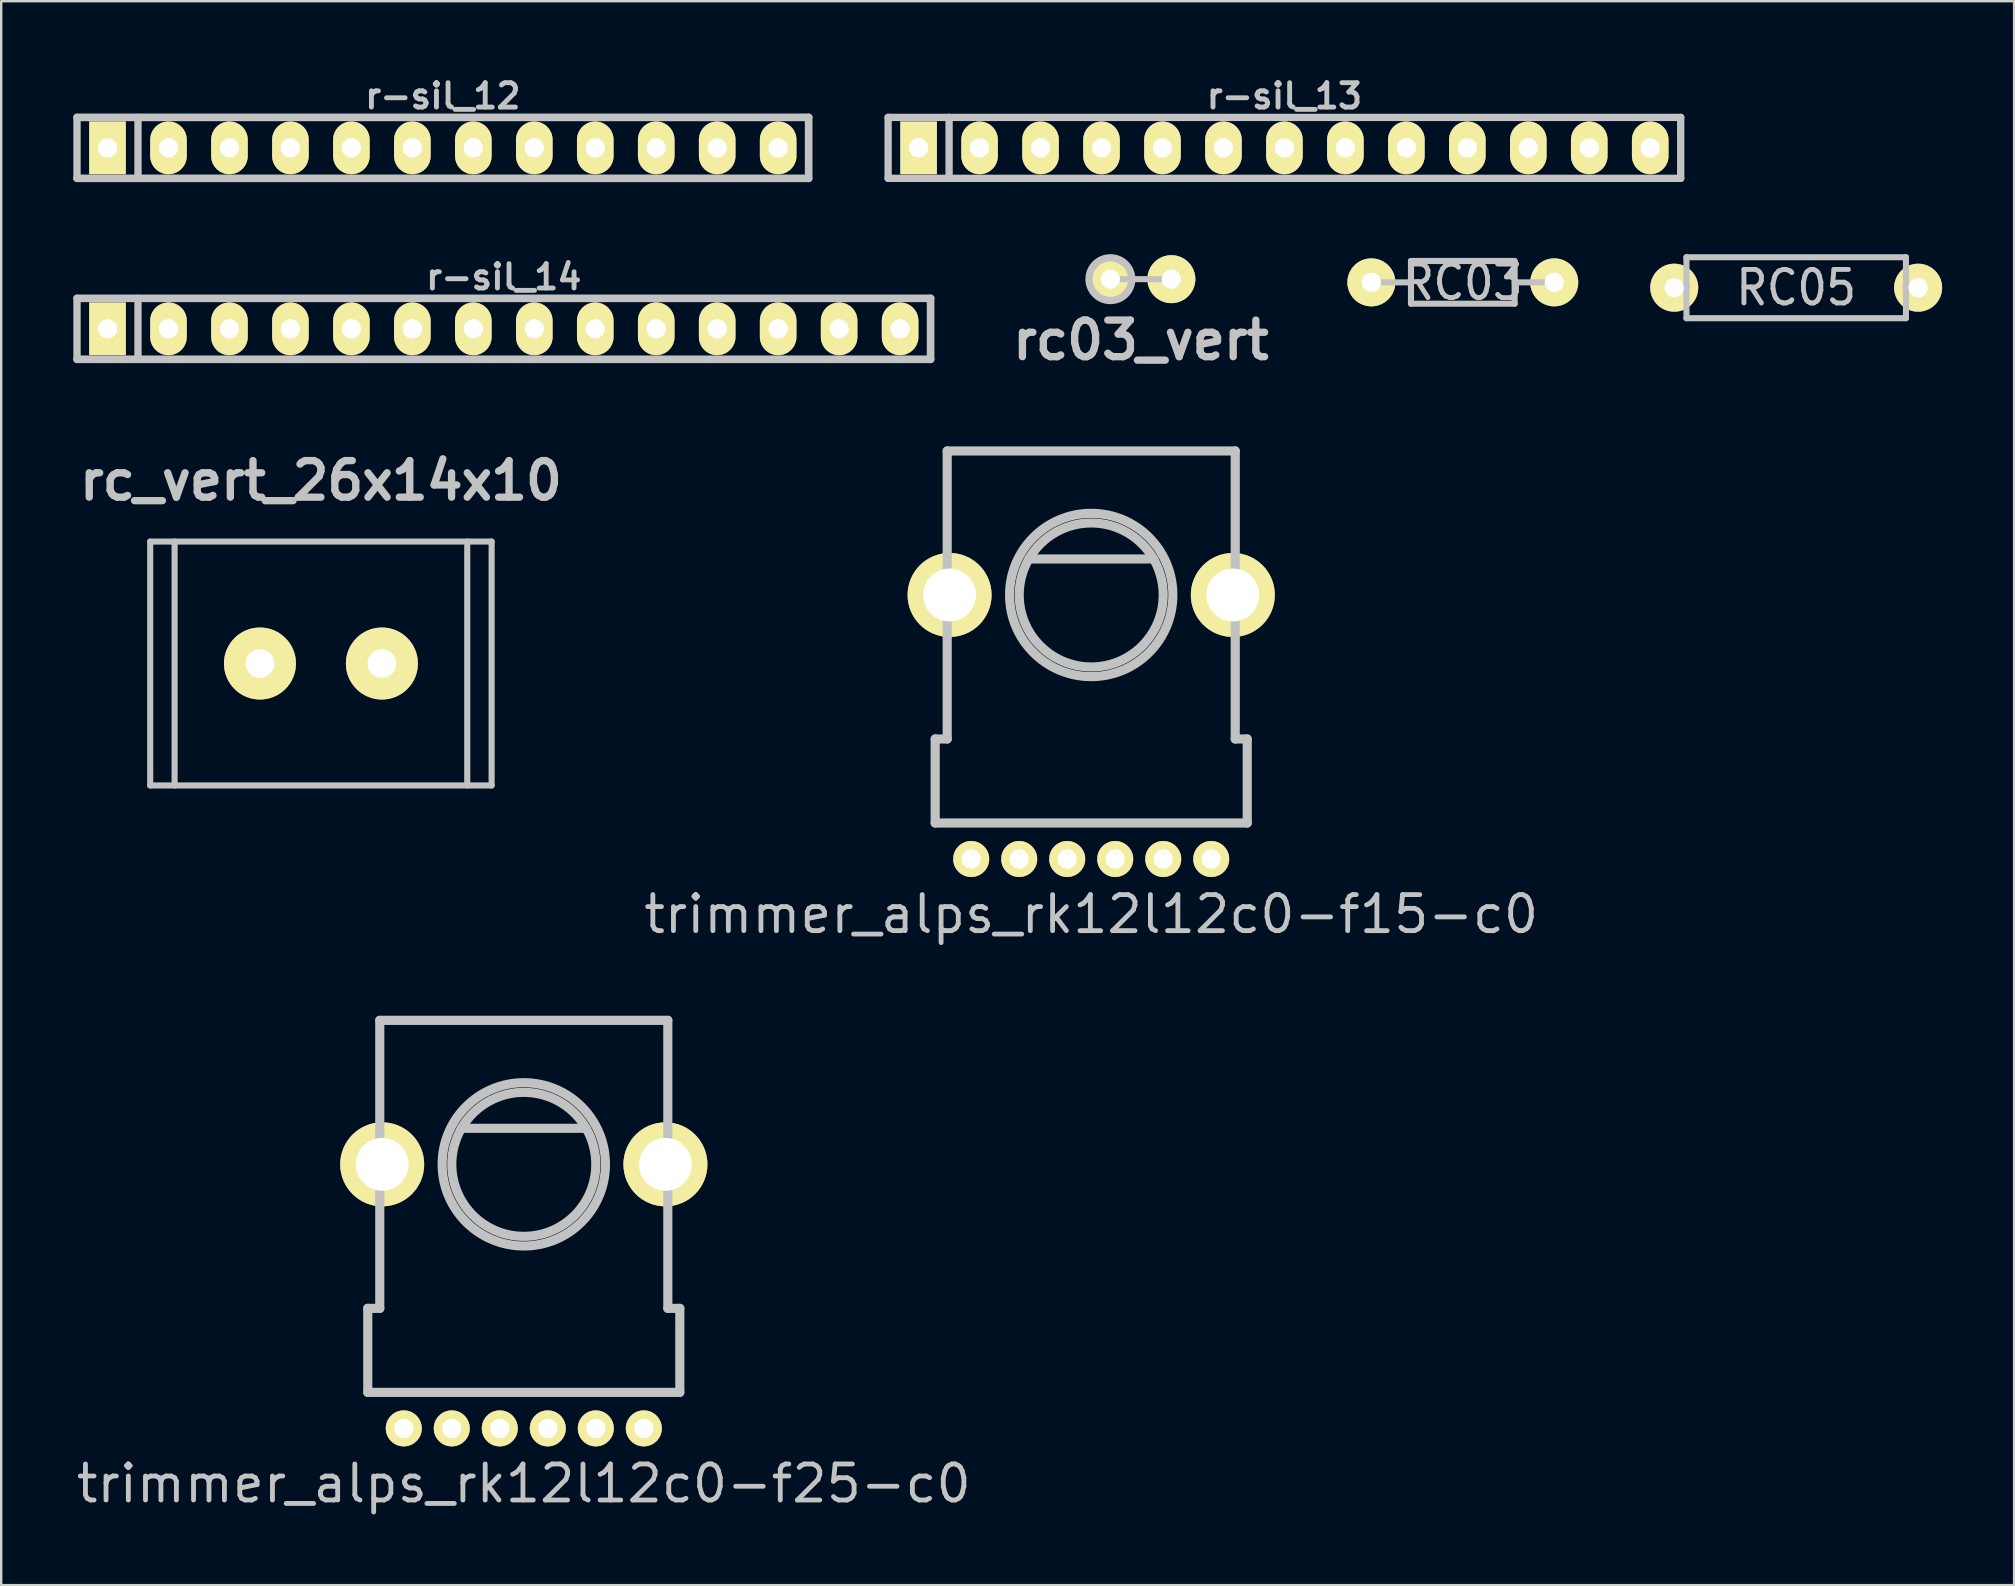
<source format=kicad_pcb>
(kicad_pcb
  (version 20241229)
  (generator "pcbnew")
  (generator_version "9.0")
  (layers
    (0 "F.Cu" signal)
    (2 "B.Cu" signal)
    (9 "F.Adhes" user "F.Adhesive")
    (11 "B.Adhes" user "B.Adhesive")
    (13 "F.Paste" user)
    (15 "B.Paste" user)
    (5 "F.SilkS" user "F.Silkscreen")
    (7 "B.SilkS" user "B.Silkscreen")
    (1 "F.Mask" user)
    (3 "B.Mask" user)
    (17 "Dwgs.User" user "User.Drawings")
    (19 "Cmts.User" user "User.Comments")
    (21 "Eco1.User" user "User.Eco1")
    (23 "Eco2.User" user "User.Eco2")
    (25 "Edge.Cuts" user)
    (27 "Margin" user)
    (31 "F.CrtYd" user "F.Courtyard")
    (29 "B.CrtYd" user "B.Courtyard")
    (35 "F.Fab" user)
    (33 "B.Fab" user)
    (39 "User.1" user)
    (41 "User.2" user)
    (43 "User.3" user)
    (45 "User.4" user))
  (footprint "rc03_vert"
    (layer "F.Cu")
    (at 44.48 8.58)
    (property "Reference" "rc03_vert" (at 0 2.54 0) (layer "Dwgs.User") (effects (font (size 1.524 1.524) (thickness 0.305))))
    (attr through_hole)
    (fp_line (start -1.27 0) (end 1.27 0) (stroke (width 0.254) (type solid)) (layer "Dwgs.User"))
    (fp_circle (center -1.27 0) (end -2.159 0) (stroke (width 0.305) (type solid)) (fill no) (layer "Dwgs.User"))
    (pad "1" thru_hole circle (at -1.27 0) (size 1.999 1.999) (drill 0.8) (layers "*.Cu" "*.Mask" "F.SilkS"))
    (pad "2" thru_hole circle (at 1.27 0) (size 1.999 1.999) (drill 0.8) (layers "*.Cu" "*.Mask" "F.SilkS")))
  (footprint "r-sil_13"
    (layer "F.Cu")
    (at 50.46 3.11)
    (property "Reference" "r-sil_13" (at 0 -2.159 0) (layer "Dwgs.User") (effects (font (size 1.016 1.016) (thickness 0.203))))
    (attr through_hole)
    (fp_line (start -16.51 -1.27) (end 16.51 -1.27) (stroke (width 0.305) (type solid)) (layer "Dwgs.User"))
    (fp_line (start -16.51 1.27) (end -16.51 -1.27) (stroke (width 0.305) (type solid)) (layer "Dwgs.User"))
    (fp_line (start -13.97 -1.27) (end -13.97 1.27) (stroke (width 0.305) (type solid)) (layer "Dwgs.User"))
    (fp_line (start 16.51 -1.27) (end 16.51 1.27) (stroke (width 0.305) (type solid)) (layer "Dwgs.User"))
    (fp_line (start 16.51 1.27) (end -16.51 1.27) (stroke (width 0.305) (type solid)) (layer "Dwgs.User"))
    (pad "1" thru_hole rect (at -15.24 0) (size 1.524 2.197) (drill 0.8) (layers "*.Cu" "*.Mask" "F.SilkS"))
    (pad "2" thru_hole oval (at -12.7 0) (size 1.524 2.197) (drill 0.8) (layers "*.Cu" "*.Mask" "F.SilkS"))
    (pad "3" thru_hole oval (at -10.16 0) (size 1.524 2.197) (drill 0.8) (layers "*.Cu" "*.Mask" "F.SilkS"))
    (pad "4" thru_hole oval (at -7.62 0) (size 1.524 2.197) (drill 0.8) (layers "*.Cu" "*.Mask" "F.SilkS"))
    (pad "5" thru_hole oval (at -5.08 0) (size 1.524 2.197) (drill 0.8) (layers "*.Cu" "*.Mask" "F.SilkS"))
    (pad "6" thru_hole oval (at -2.54 0) (size 1.524 2.197) (drill 0.8) (layers "*.Cu" "*.Mask" "F.SilkS"))
    (pad "7" thru_hole oval (at 0 0) (size 1.524 2.197) (drill 0.8) (layers "*.Cu" "*.Mask" "F.SilkS"))
    (pad "8" thru_hole oval (at 2.54 0) (size 1.524 2.197) (drill 0.8) (layers "*.Cu" "*.Mask" "F.SilkS"))
    (pad "9" thru_hole oval (at 5.08 0) (size 1.524 2.197) (drill 0.8) (layers "*.Cu" "*.Mask" "F.SilkS"))
    (pad "10" thru_hole oval (at 7.62 0) (size 1.524 2.197) (drill 0.8) (layers "*.Cu" "*.Mask" "F.SilkS"))
    (pad "11" thru_hole oval (at 10.16 0) (size 1.524 2.197) (drill 0.8) (layers "*.Cu" "*.Mask" "F.SilkS"))
    (pad "12" thru_hole oval (at 12.7 0) (size 1.524 2.197) (drill 0.8) (layers "*.Cu" "*.Mask" "F.SilkS"))
    (pad "13" thru_hole oval (at 15.24 0) (size 1.524 2.197) (drill 0.8) (layers "*.Cu" "*.Mask" "F.SilkS")))
  (footprint "r-sil_14"
    (layer "F.Cu")
    (at 17.939 10.649)
    (property "Reference" "r-sil_14" (at 0 -2.159 0) (layer "Dwgs.User") (effects (font (size 1.016 1.016) (thickness 0.203))))
    (attr through_hole)
    (fp_line (start -17.78 -1.27) (end -17.78 1.27) (stroke (width 0.305) (type solid)) (layer "Dwgs.User"))
    (fp_line (start -17.78 -1.27) (end 17.78 -1.27) (stroke (width 0.318) (type solid)) (layer "Dwgs.User"))
    (fp_line (start -15.24 1.27) (end -15.24 -1.27) (stroke (width 0.305) (type solid)) (layer "Dwgs.User"))
    (fp_line (start 17.78 -1.27) (end 17.78 1.27) (stroke (width 0.318) (type solid)) (layer "Dwgs.User"))
    (fp_line (start 17.78 1.27) (end -17.78 1.27) (stroke (width 0.318) (type solid)) (layer "Dwgs.User"))
    (pad "1" thru_hole rect (at -16.51 0) (size 1.524 2.197) (drill 0.8) (layers "*.Cu" "*.Mask" "F.SilkS"))
    (pad "2" thru_hole oval (at -13.97 0) (size 1.524 2.197) (drill 0.8) (layers "*.Cu" "*.Mask" "F.SilkS"))
    (pad "3" thru_hole oval (at -11.43 0) (size 1.524 2.197) (drill 0.8) (layers "*.Cu" "*.Mask" "F.SilkS"))
    (pad "4" thru_hole oval (at -8.89 0) (size 1.524 2.197) (drill 0.8) (layers "*.Cu" "*.Mask" "F.SilkS"))
    (pad "5" thru_hole oval (at -6.35 0) (size 1.524 2.197) (drill 0.8) (layers "*.Cu" "*.Mask" "F.SilkS"))
    (pad "6" thru_hole oval (at -3.81 0) (size 1.524 2.197) (drill 0.8) (layers "*.Cu" "*.Mask" "F.SilkS"))
    (pad "7" thru_hole oval (at -1.27 0) (size 1.524 2.197) (drill 0.8) (layers "*.Cu" "*.Mask" "F.SilkS"))
    (pad "8" thru_hole oval (at 1.27 0) (size 1.524 2.197) (drill 0.8) (layers "*.Cu" "*.Mask" "F.SilkS"))
    (pad "9" thru_hole oval (at 3.81 0) (size 1.524 2.197) (drill 0.8) (layers "*.Cu" "*.Mask" "F.SilkS"))
    (pad "10" thru_hole oval (at 6.35 0) (size 1.524 2.197) (drill 0.8) (layers "*.Cu" "*.Mask" "F.SilkS"))
    (pad "11" thru_hole oval (at 8.89 0) (size 1.524 2.197) (drill 0.8) (layers "*.Cu" "*.Mask" "F.SilkS"))
    (pad "12" thru_hole oval (at 11.43 0) (size 1.524 2.197) (drill 0.8) (layers "*.Cu" "*.Mask" "F.SilkS"))
    (pad "13" thru_hole oval (at 13.97 0) (size 1.524 2.197) (drill 0.8) (layers "*.Cu" "*.Mask" "F.SilkS"))
    (pad "14" thru_hole oval (at 16.51 0) (size 1.524 2.197) (drill 0.8) (layers "*.Cu" "*.Mask" "F.SilkS")))
  (footprint "RC03"
    (layer "F.Cu")
    (at 57.892 8.713)
    (property "Reference" "RC03" (at 0 0 0) (layer "Dwgs.User") (effects (font (size 1.397 1.27) (thickness 0.203))))
    (attr through_hole)
    (fp_line (start -2.159 -0.889) (end -2.159 0.889) (stroke (width 0.254) (type solid)) (layer "Dwgs.User"))
    (fp_line (start -2.159 0) (end -3.81 0) (stroke (width 0.254) (type solid)) (layer "Dwgs.User"))
    (fp_line (start -2.159 0.889) (end 2.159 0.889) (stroke (width 0.254) (type solid)) (layer "Dwgs.User"))
    (fp_line (start 2.159 -0.889) (end -2.159 -0.889) (stroke (width 0.254) (type solid)) (layer "Dwgs.User"))
    (fp_line (start 2.159 0) (end 3.81 0) (stroke (width 0.254) (type solid)) (layer "Dwgs.User"))
    (fp_line (start 2.159 0.889) (end 2.159 -0.889) (stroke (width 0.254) (type solid)) (layer "Dwgs.User"))
    (pad "1" thru_hole circle (at -3.81 0) (size 1.999 1.999) (drill 0.8) (layers "*.Cu" "*.Mask" "F.SilkS"))
    (pad "2" thru_hole circle (at 3.81 0) (size 1.999 1.999) (drill 0.8) (layers "*.Cu" "*.Mask" "F.SilkS")))
  (footprint "trimmer_alps_rk12l12c0-f15-c0"
    (layer "F.Cu")
    (at 42.411 21.737)
    (property "Reference" "trimmer_alps_rk12l12c0-f15-c0" (at 0 13.3 0) (layer "Dwgs.User") (effects (font (size 1.501 1.501) (thickness 0.201))))
    (attr through_hole)
    (fp_line (start -6.5 6) (end -6.5 9.5) (stroke (width 0.381) (type solid)) (layer "Dwgs.User"))
    (fp_line (start -6.5 9.5) (end 6.5 9.5) (stroke (width 0.381) (type solid)) (layer "Dwgs.User"))
    (fp_line (start -6 -6) (end -6 6) (stroke (width 0.381) (type solid)) (layer "Dwgs.User"))
    (fp_line (start -6 -6) (end 6 -6) (stroke (width 0.381) (type solid)) (layer "Dwgs.User"))
    (fp_line (start -6 6) (end -6.5 6) (stroke (width 0.381) (type solid)) (layer "Dwgs.User"))
    (fp_line (start -2.601 -1.501) (end 2.601 -1.501) (stroke (width 0.381) (type solid)) (layer "Dwgs.User"))
    (fp_line (start 6 -6) (end 6 6) (stroke (width 0.381) (type solid)) (layer "Dwgs.User"))
    (fp_line (start 6.5 6) (end 6 6) (stroke (width 0.381) (type solid)) (layer "Dwgs.User"))
    (fp_line (start 6.5 9.5) (end 6.5 6) (stroke (width 0.381) (type solid)) (layer "Dwgs.User"))
    (fp_circle (center 0 0) (end -3.401 0) (stroke (width 0.381) (type solid)) (fill no) (layer "Dwgs.User"))
    (fp_circle (center 0 0) (end -3 0) (stroke (width 0.381) (type solid)) (fill no) (layer "Dwgs.User"))
    (pad "" thru_hole circle (at -5.9 0) (size 3.5 3.5) (drill 2.2) (layers "*.Cu" "*.Mask" "F.SilkS"))
    (pad "" thru_hole circle (at 5.9 0) (size 3.5 3.5) (drill 2.2) (layers "*.Cu" "*.Mask" "F.SilkS"))
    (pad "1" thru_hole oval (at -1 11) (size 1.5 1.5) (drill 0.8) (layers "*.Cu" "*.Mask" "F.SilkS"))
    (pad "2" thru_hole oval (at 1 11) (size 1.5 1.5) (drill 0.8) (layers "*.Cu" "*.Mask" "F.SilkS"))
    (pad "3" thru_hole oval (at 3 11) (size 1.5 1.5) (drill 0.8) (layers "*.Cu" "*.Mask" "F.SilkS"))
    (pad "4" thru_hole oval (at -3 11) (size 1.5 1.5) (drill 0.8) (layers "*.Cu" "*.Mask" "F.SilkS"))
    (pad "5" thru_hole oval (at -5 11) (size 1.5 1.5) (drill 0.8) (layers "*.Cu" "*.Mask" "F.SilkS"))
    (pad "6" thru_hole oval (at 5 11) (size 1.5 1.5) (drill 0.8) (layers "*.Cu" "*.Mask" "F.SilkS")))
  (footprint "trimmer_alps_rk12l12c0-f25-c0"
    (layer "F.Cu")
    (at 18.772 45.458)
    (property "Reference" "trimmer_alps_rk12l12c0-f25-c0" (at 0 13.3 0) (layer "Dwgs.User") (effects (font (size 1.501 1.501) (thickness 0.201))))
    (attr through_hole)
    (fp_line (start -6.5 6) (end -6.5 9.5) (stroke (width 0.381) (type solid)) (layer "Dwgs.User"))
    (fp_line (start -6.5 9.5) (end 6.5 9.5) (stroke (width 0.381) (type solid)) (layer "Dwgs.User"))
    (fp_line (start -6 -6) (end -6 6) (stroke (width 0.381) (type solid)) (layer "Dwgs.User"))
    (fp_line (start -6 -6) (end 6 -6) (stroke (width 0.381) (type solid)) (layer "Dwgs.User"))
    (fp_line (start -6 6) (end -6.5 6) (stroke (width 0.381) (type solid)) (layer "Dwgs.User"))
    (fp_line (start -2.601 -1.501) (end 2.601 -1.501) (stroke (width 0.381) (type solid)) (layer "Dwgs.User"))
    (fp_line (start 6 -6) (end 6 6) (stroke (width 0.381) (type solid)) (layer "Dwgs.User"))
    (fp_line (start 6.5 6) (end 6 6) (stroke (width 0.381) (type solid)) (layer "Dwgs.User"))
    (fp_line (start 6.5 9.5) (end 6.5 6) (stroke (width 0.381) (type solid)) (layer "Dwgs.User"))
    (fp_circle (center 0 0) (end -3.401 0) (stroke (width 0.381) (type solid)) (fill no) (layer "Dwgs.User"))
    (fp_circle (center 0 0) (end -3 0) (stroke (width 0.381) (type solid)) (fill no) (layer "Dwgs.User"))
    (pad "" thru_hole circle (at -5.9 0) (size 3.5 3.5) (drill 2.2) (layers "*.Cu" "*.Mask" "F.SilkS"))
    (pad "" thru_hole circle (at 5.9 0) (size 3.5 3.5) (drill 2.2) (layers "*.Cu" "*.Mask" "F.SilkS"))
    (pad "1" thru_hole oval (at -1 11) (size 1.5 1.5) (drill 0.8) (layers "*.Cu" "*.Mask" "F.SilkS"))
    (pad "2" thru_hole oval (at 1 11) (size 1.5 1.5) (drill 0.8) (layers "*.Cu" "*.Mask" "F.SilkS"))
    (pad "3" thru_hole oval (at 3 11) (size 1.5 1.5) (drill 0.8) (layers "*.Cu" "*.Mask" "F.SilkS"))
    (pad "4" thru_hole oval (at -3 11) (size 1.5 1.5) (drill 0.8) (layers "*.Cu" "*.Mask" "F.SilkS"))
    (pad "5" thru_hole oval (at -5 11) (size 1.5 1.5) (drill 0.8) (layers "*.Cu" "*.Mask" "F.SilkS"))
    (pad "6" thru_hole oval (at 5 11) (size 1.5 1.5) (drill 0.8) (layers "*.Cu" "*.Mask" "F.SilkS")))
  (footprint "rc_vert_26x14x10"
    (layer "F.Cu")
    (at 10.32 24.593)
    (property "Reference" "rc_vert_26x14x10" (at 0 -7.62 0) (layer "Dwgs.User") (effects (font (size 1.524 1.524) (thickness 0.305))))
    (attr through_hole)
    (fp_line (start -7.112 -5.08) (end -7.112 5.08) (stroke (width 0.254) (type solid)) (layer "Dwgs.User"))
    (fp_line (start -7.112 5.08) (end 7.112 5.08) (stroke (width 0.254) (type solid)) (layer "Dwgs.User"))
    (fp_line (start -6.096 -5.08) (end -6.096 5.08) (stroke (width 0.254) (type solid)) (layer "Dwgs.User"))
    (fp_line (start 6.096 -5.08) (end 6.096 5.08) (stroke (width 0.254) (type solid)) (layer "Dwgs.User"))
    (fp_line (start 7.112 -5.08) (end -7.112 -5.08) (stroke (width 0.254) (type solid)) (layer "Dwgs.User"))
    (fp_line (start 7.112 5.08) (end 7.112 -5.08) (stroke (width 0.254) (type solid)) (layer "Dwgs.User"))
    (pad "1" thru_hole circle (at 2.54 0) (size 3 3) (drill 1.2) (layers "*.Cu" "*.Mask" "F.SilkS"))
    (pad "2" thru_hole circle (at -2.54 0) (size 3 3) (drill 1.2) (layers "*.Cu" "*.Mask" "F.SilkS")))
  (footprint "RC05"
    (layer "F.Cu")
    (at 71.781 8.936)
    (property "Reference" "RC05" (at 0 0 0) (layer "Dwgs.User") (effects (font (size 1.397 1.27) (thickness 0.203))))
    (attr through_hole)
    (fp_line (start -5.08 0) (end -4.572 0) (stroke (width 0.305) (type solid)) (layer "Dwgs.User"))
    (fp_line (start -4.572 -1.27) (end 4.572 -1.27) (stroke (width 0.254) (type solid)) (layer "Dwgs.User"))
    (fp_line (start -4.572 1.27) (end -4.572 -1.27) (stroke (width 0.254) (type solid)) (layer "Dwgs.User"))
    (fp_line (start 4.572 -1.27) (end 4.572 1.27) (stroke (width 0.254) (type solid)) (layer "Dwgs.User"))
    (fp_line (start 4.572 1.27) (end -4.572 1.27) (stroke (width 0.254) (type solid)) (layer "Dwgs.User"))
    (fp_line (start 5.08 0) (end 4.572 0) (stroke (width 0.305) (type solid)) (layer "Dwgs.User"))
    (pad "1" thru_hole circle (at -5.08 0) (size 1.999 1.999) (drill 0.8) (layers "*.Cu" "*.Mask" "F.SilkS"))
    (pad "2" thru_hole circle (at 5.08 0) (size 1.999 1.999) (drill 0.8) (layers "*.Cu" "*.Mask" "F.SilkS")))
  (footprint "r-sil_12"
    (layer "F.Cu")
    (at 15.399 3.11)
    (property "Reference" "r-sil_12" (at 0 -2.159 0) (layer "Dwgs.User") (effects (font (size 1.016 1.016) (thickness 0.203))))
    (attr through_hole)
    (fp_line (start -15.24 -1.27) (end 15.24 -1.27) (stroke (width 0.318) (type solid)) (layer "Dwgs.User"))
    (fp_line (start -15.24 1.27) (end -15.24 -1.27) (stroke (width 0.305) (type solid)) (layer "Dwgs.User"))
    (fp_line (start -12.7 -1.27) (end -12.7 1.27) (stroke (width 0.305) (type solid)) (layer "Dwgs.User"))
    (fp_line (start 15.24 -1.27) (end 15.24 1.27) (stroke (width 0.318) (type solid)) (layer "Dwgs.User"))
    (fp_line (start 15.24 1.27) (end -15.24 1.27) (stroke (width 0.318) (type solid)) (layer "Dwgs.User"))
    (pad "1" thru_hole rect (at -13.97 0) (size 1.524 2.197) (drill 0.8) (layers "*.Cu" "*.Mask" "F.SilkS"))
    (pad "2" thru_hole oval (at -11.43 0) (size 1.524 2.197) (drill 0.8) (layers "*.Cu" "*.Mask" "F.SilkS"))
    (pad "3" thru_hole oval (at -8.89 0) (size 1.524 2.197) (drill 0.8) (layers "*.Cu" "*.Mask" "F.SilkS"))
    (pad "4" thru_hole oval (at -6.35 0) (size 1.524 2.197) (drill 0.8) (layers "*.Cu" "*.Mask" "F.SilkS"))
    (pad "5" thru_hole oval (at -3.81 0) (size 1.524 2.197) (drill 0.8) (layers "*.Cu" "*.Mask" "F.SilkS"))
    (pad "6" thru_hole oval (at -1.27 0) (size 1.524 2.197) (drill 0.8) (layers "*.Cu" "*.Mask" "F.SilkS"))
    (pad "7" thru_hole oval (at 1.27 0) (size 1.524 2.197) (drill 0.8) (layers "*.Cu" "*.Mask" "F.SilkS"))
    (pad "8" thru_hole oval (at 3.81 0) (size 1.524 2.197) (drill 0.8) (layers "*.Cu" "*.Mask" "F.SilkS"))
    (pad "9" thru_hole oval (at 6.35 0) (size 1.524 2.197) (drill 0.8) (layers "*.Cu" "*.Mask" "F.SilkS"))
    (pad "10" thru_hole oval (at 8.89 0) (size 1.524 2.197) (drill 0.8) (layers "*.Cu" "*.Mask" "F.SilkS"))
    (pad "11" thru_hole oval (at 11.43 0) (size 1.524 2.197) (drill 0.8) (layers "*.Cu" "*.Mask" "F.SilkS"))
    (pad "12" thru_hole oval (at 13.97 0) (size 1.524 2.197) (drill 0.8) (layers "*.Cu" "*.Mask" "F.SilkS")))
  (gr_rect
    (start -3 -3)
    (end 80.86 62.988)
    (stroke (width 0.1) (type default))
    (fill no)
    (layer "Edge.Cuts")))
</source>
